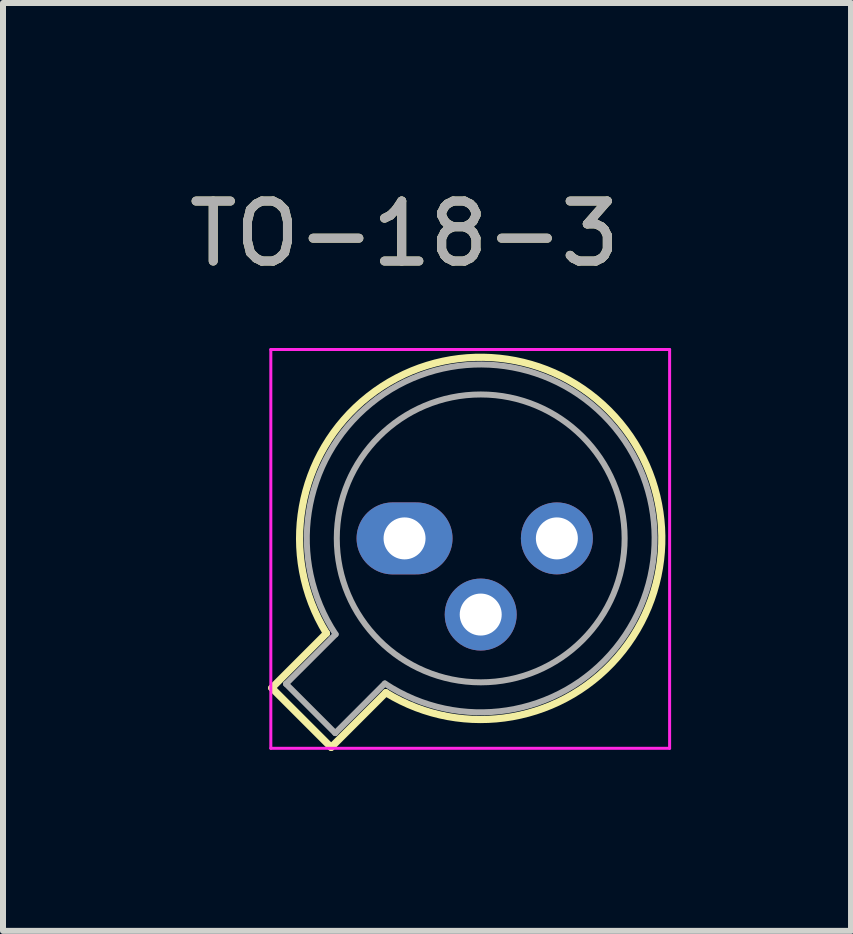
<source format=kicad_pcb>
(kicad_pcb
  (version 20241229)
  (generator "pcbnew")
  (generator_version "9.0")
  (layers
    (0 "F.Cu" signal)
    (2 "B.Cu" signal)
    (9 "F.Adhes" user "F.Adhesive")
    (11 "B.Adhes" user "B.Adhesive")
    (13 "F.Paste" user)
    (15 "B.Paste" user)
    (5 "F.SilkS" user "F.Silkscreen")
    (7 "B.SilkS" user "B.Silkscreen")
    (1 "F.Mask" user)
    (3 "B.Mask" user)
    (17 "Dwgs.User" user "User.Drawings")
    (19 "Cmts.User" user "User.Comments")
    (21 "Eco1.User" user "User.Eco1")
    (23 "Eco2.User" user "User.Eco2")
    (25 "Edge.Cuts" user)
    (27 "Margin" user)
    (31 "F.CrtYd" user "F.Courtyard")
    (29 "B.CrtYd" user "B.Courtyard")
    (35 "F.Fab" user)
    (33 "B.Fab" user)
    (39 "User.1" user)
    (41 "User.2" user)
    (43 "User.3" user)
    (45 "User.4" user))
  (footprint "TO-18-3"
    (layer "F.Cu")
    (at 3.696 5.928)
    (property "Reference" "TO-18-3" (at 0 -5.08 180) (layer "F.SilkS") (effects (font (size 1 1) (thickness 0.15))))
    (attr through_hole)
    (fp_line (start -2.214 2.494) (end -1.224 3.484) (stroke (width 0.12) (type solid)) (layer "F.SilkS"))
    (fp_line (start -1.302 1.582) (end -2.214 2.494) (stroke (width 0.12) (type solid)) (layer "F.SilkS"))
    (fp_line (start -1.224 3.484) (end -0.312 2.572) (stroke (width 0.12) (type solid)) (layer "F.SilkS"))
    (fp_arc (start -1.302281 1.582331) (mid 3.405551 -2.135374) (end -0.312544 2.57215) (stroke (width 0.12) (type solid)) (layer "F.SilkS"))
    (fp_line (start -2.23 -3.15) (end -2.23 3.5) (stroke (width 0.05) (type solid)) (layer "F.CrtYd"))
    (fp_line (start -2.23 3.5) (end 4.42 3.5) (stroke (width 0.05) (type solid)) (layer "F.CrtYd"))
    (fp_line (start 4.42 -3.15) (end -2.23 -3.15) (stroke (width 0.05) (type solid)) (layer "F.CrtYd"))
    (fp_line (start 4.42 3.5) (end 4.42 -3.15) (stroke (width 0.05) (type solid)) (layer "F.CrtYd"))
    (fp_line (start -1.977 2.426) (end -1.156 3.247) (stroke (width 0.1) (type solid)) (layer "F.Fab"))
    (fp_line (start -1.156 3.247) (end -0.329 2.419) (stroke (width 0.1) (type solid)) (layer "F.Fab"))
    (fp_line (start -1.149 1.599) (end -1.977 2.426) (stroke (width 0.1) (type solid)) (layer "F.Fab"))
    (fp_arc (start -1.149301 1.599057) (mid 3.320143 -2.051076) (end -0.327956 2.420029) (stroke (width 0.1) (type solid)) (layer "F.Fab"))
    (fp_circle (center 1.27 0) (end 1.27 -2.4) (stroke (width 0.1) (type solid)) (fill no) (layer "F.Fab"))
    (fp_text user "${REFERENCE}" (at 0 -5.08 180) (layer "F.Fab") (effects (font (size 1 1) (thickness 0.15))))
    (pad "1" thru_hole oval (at 1.27 1.27) (size 1.2 1.2) (drill 0.7) (layers "*.Cu" "*.Mask"))
    (pad "2" thru_hole oval (at 2.54 0) (size 1.2 1.2) (drill 0.7) (layers "*.Cu" "*.Mask"))
    (pad "3" thru_hole oval (at 0 0) (size 1.6 1.2) (drill 0.7) (layers "*.Cu" "*.Mask")))
  (gr_rect
    (start -3 -3)
    (end 11.141 12.473)
    (stroke (width 0.1) (type default))
    (fill no)
    (layer "Edge.Cuts")))
</source>
